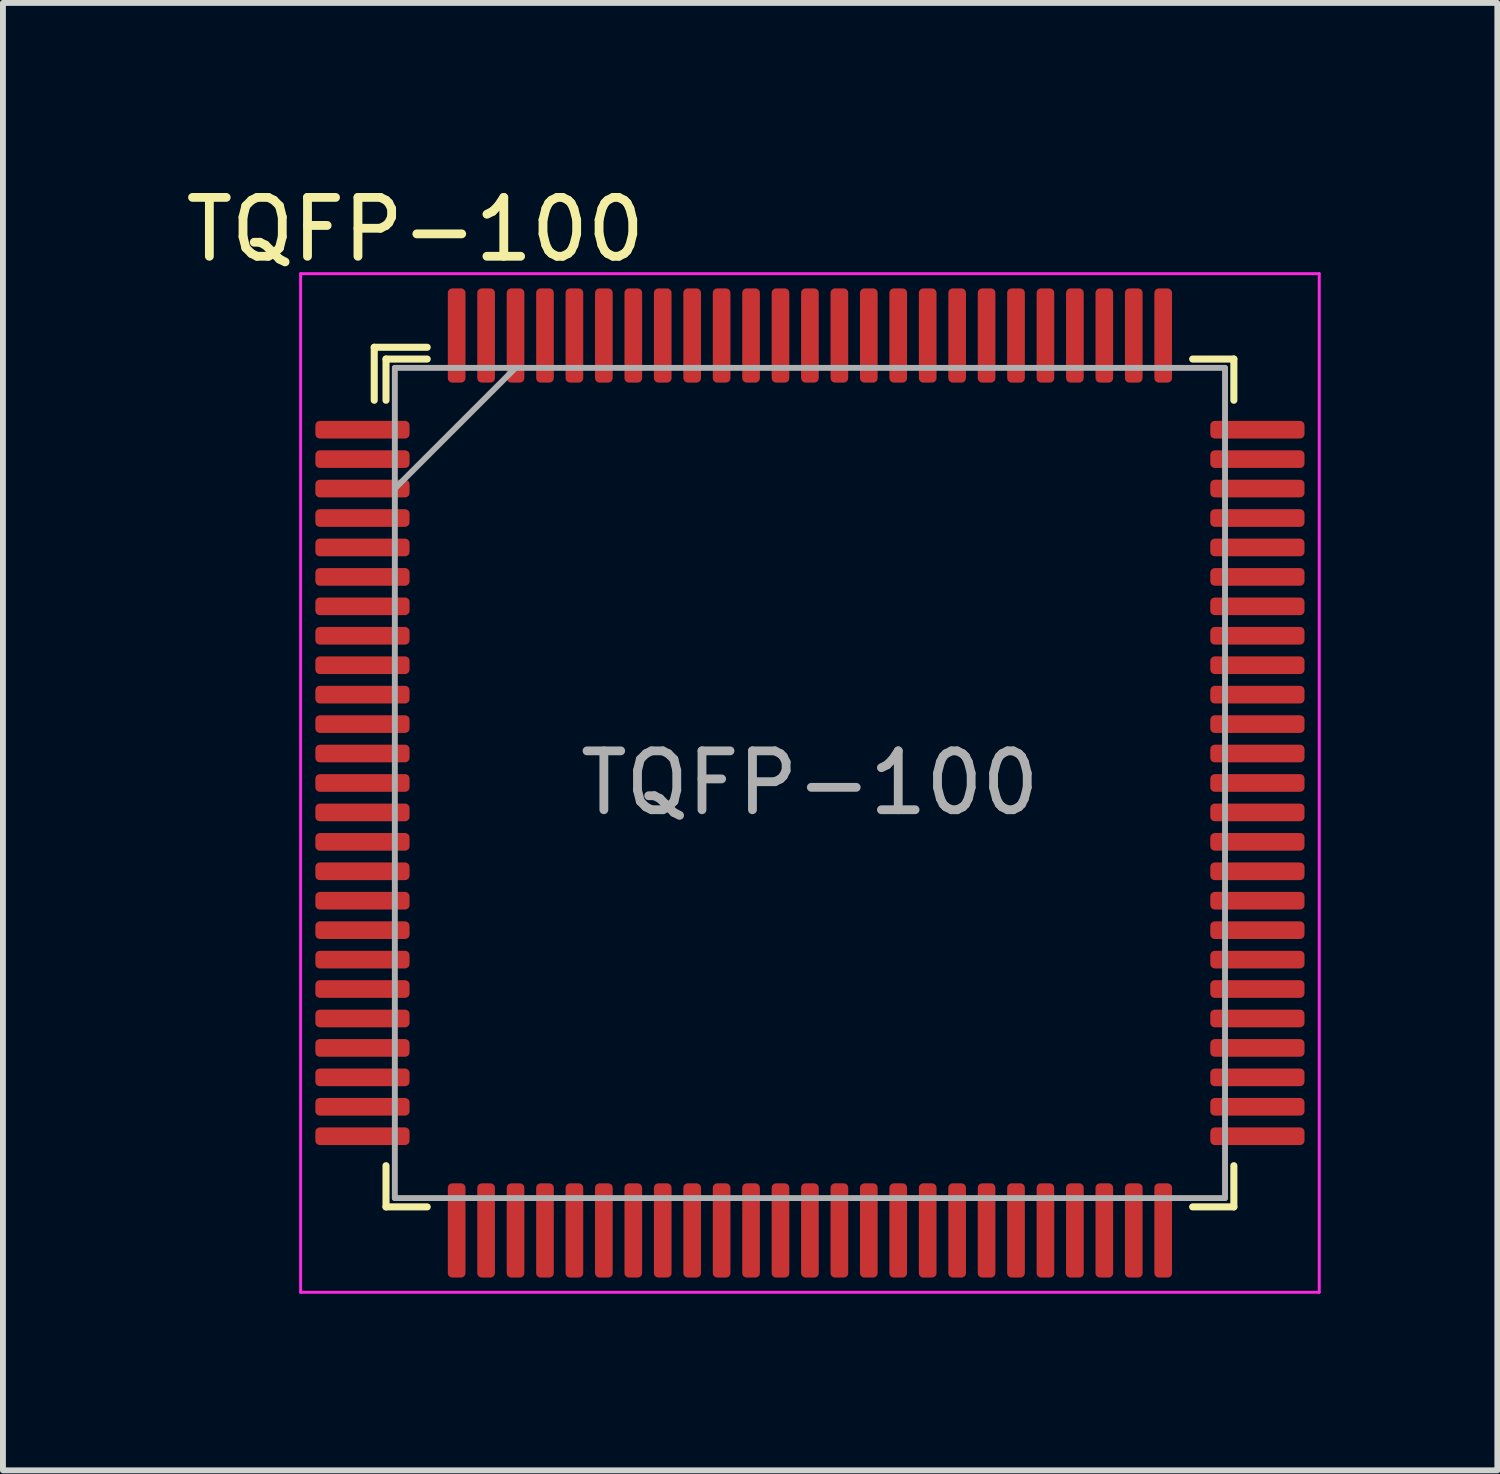
<source format=kicad_pcb>
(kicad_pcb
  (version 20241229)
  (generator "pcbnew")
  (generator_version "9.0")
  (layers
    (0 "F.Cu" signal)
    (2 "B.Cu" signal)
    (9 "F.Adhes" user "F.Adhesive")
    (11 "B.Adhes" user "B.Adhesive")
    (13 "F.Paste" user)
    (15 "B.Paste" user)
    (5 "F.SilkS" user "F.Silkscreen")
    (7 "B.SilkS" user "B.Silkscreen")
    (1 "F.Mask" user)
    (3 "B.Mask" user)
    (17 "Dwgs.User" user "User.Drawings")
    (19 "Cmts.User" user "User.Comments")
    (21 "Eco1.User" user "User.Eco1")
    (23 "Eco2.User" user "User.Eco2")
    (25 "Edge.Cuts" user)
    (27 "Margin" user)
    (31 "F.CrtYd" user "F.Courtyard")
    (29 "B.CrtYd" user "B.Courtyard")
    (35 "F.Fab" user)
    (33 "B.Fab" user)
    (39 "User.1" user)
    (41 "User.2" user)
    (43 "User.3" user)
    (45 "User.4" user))
  (footprint "TQFP-100"
    (layer "F.Cu")
    (at 10.706 10.248)
    (property "Reference" "TQFP-100" (at -6.7 -9.4 0) (layer "F.SilkS") (effects (font (size 1 1) (thickness 0.15))))
    (attr smd)
    (fp_line (start -7.4 -7.4) (end -7.4 -6.5) (stroke (width 0.12) (type solid)) (layer "F.SilkS"))
    (fp_line (start -7.2 -7.2) (end -6.5 -7.2) (stroke (width 0.12) (type solid)) (layer "F.SilkS"))
    (fp_line (start -7.2 -6.5) (end -7.2 -7.2) (stroke (width 0.12) (type solid)) (layer "F.SilkS"))
    (fp_line (start -7.2 7.2) (end -7.2 6.5) (stroke (width 0.12) (type solid)) (layer "F.SilkS"))
    (fp_line (start -6.5 -7.4) (end -7.4 -7.4) (stroke (width 0.12) (type solid)) (layer "F.SilkS"))
    (fp_line (start -6.5 7.2) (end -7.2 7.2) (stroke (width 0.12) (type solid)) (layer "F.SilkS"))
    (fp_line (start 6.5 -7.2) (end 7.2 -7.2) (stroke (width 0.12) (type solid)) (layer "F.SilkS"))
    (fp_line (start 7.2 -7.2) (end 7.2 -6.5) (stroke (width 0.12) (type solid)) (layer "F.SilkS"))
    (fp_line (start 7.2 6.5) (end 7.2 7.2) (stroke (width 0.12) (type solid)) (layer "F.SilkS"))
    (fp_line (start 7.2 7.2) (end 6.5 7.2) (stroke (width 0.12) (type solid)) (layer "F.SilkS"))
    (fp_line (start -8.65 8.65) (end -8.65 -8.65) (stroke (width 0.05) (type solid)) (layer "F.CrtYd"))
    (fp_line (start 8.65 -8.65) (end -8.65 -8.65) (stroke (width 0.05) (type solid)) (layer "F.CrtYd"))
    (fp_line (start 8.65 8.65) (end -8.65 8.65) (stroke (width 0.05) (type solid)) (layer "F.CrtYd"))
    (fp_line (start 8.65 8.65) (end 8.65 -8.65) (stroke (width 0.05) (type solid)) (layer "F.CrtYd"))
    (fp_line (start -7.05 -7.05) (end 7.05 -7.05) (stroke (width 0.1) (type solid)) (layer "F.Fab"))
    (fp_line (start -7.05 7.05) (end -7.05 -7.05) (stroke (width 0.1) (type solid)) (layer "F.Fab"))
    (fp_line (start -7.05 7.05) (end 7.05 7.05) (stroke (width 0.1) (type solid)) (layer "F.Fab"))
    (fp_line (start -5 -7.05) (end -7.05 -5) (stroke (width 0.1) (type solid)) (layer "F.Fab"))
    (fp_line (start 7.05 7.05) (end 7.05 -7.05) (stroke (width 0.1) (type solid)) (layer "F.Fab"))
    (fp_text user "${REFERENCE}" (at 0 0 0) (layer "F.Fab") (effects (font (size 1 1) (thickness 0.15))))
    (pad "1" smd roundrect (at -7.6 -6) (size 1.6 0.3) (layers "F.Cu" "F.Mask" "F.Paste") (roundrect_rratio 0.25))
    (pad "2" smd roundrect (at -7.6 -5.5) (size 1.6 0.3) (layers "F.Cu" "F.Mask" "F.Paste") (roundrect_rratio 0.25))
    (pad "3" smd roundrect (at -7.6 -5) (size 1.6 0.3) (layers "F.Cu" "F.Mask" "F.Paste") (roundrect_rratio 0.25))
    (pad "4" smd roundrect (at -7.6 -4.5) (size 1.6 0.3) (layers "F.Cu" "F.Mask" "F.Paste") (roundrect_rratio 0.25))
    (pad "5" smd roundrect (at -7.6 -4) (size 1.6 0.3) (layers "F.Cu" "F.Mask" "F.Paste") (roundrect_rratio 0.25))
    (pad "6" smd roundrect (at -7.6 -3.5) (size 1.6 0.3) (layers "F.Cu" "F.Mask" "F.Paste") (roundrect_rratio 0.25))
    (pad "7" smd roundrect (at -7.6 -3) (size 1.6 0.3) (layers "F.Cu" "F.Mask" "F.Paste") (roundrect_rratio 0.25))
    (pad "8" smd roundrect (at -7.6 -2.5) (size 1.6 0.3) (layers "F.Cu" "F.Mask" "F.Paste") (roundrect_rratio 0.25))
    (pad "9" smd roundrect (at -7.6 -2) (size 1.6 0.3) (layers "F.Cu" "F.Mask" "F.Paste") (roundrect_rratio 0.25))
    (pad "10" smd roundrect (at -7.6 -1.5) (size 1.6 0.3) (layers "F.Cu" "F.Mask" "F.Paste") (roundrect_rratio 0.25))
    (pad "11" smd roundrect (at -7.6 -1) (size 1.6 0.3) (layers "F.Cu" "F.Mask" "F.Paste") (roundrect_rratio 0.25))
    (pad "12" smd roundrect (at -7.6 -0.5) (size 1.6 0.3) (layers "F.Cu" "F.Mask" "F.Paste") (roundrect_rratio 0.25))
    (pad "13" smd roundrect (at -7.6 0) (size 1.6 0.3) (layers "F.Cu" "F.Mask" "F.Paste") (roundrect_rratio 0.25))
    (pad "14" smd roundrect (at -7.6 0.5) (size 1.6 0.3) (layers "F.Cu" "F.Mask" "F.Paste") (roundrect_rratio 0.25))
    (pad "15" smd roundrect (at -7.6 1) (size 1.6 0.3) (layers "F.Cu" "F.Mask" "F.Paste") (roundrect_rratio 0.25))
    (pad "16" smd roundrect (at -7.6 1.5) (size 1.6 0.3) (layers "F.Cu" "F.Mask" "F.Paste") (roundrect_rratio 0.25))
    (pad "17" smd roundrect (at -7.6 2) (size 1.6 0.3) (layers "F.Cu" "F.Mask" "F.Paste") (roundrect_rratio 0.25))
    (pad "18" smd roundrect (at -7.6 2.5) (size 1.6 0.3) (layers "F.Cu" "F.Mask" "F.Paste") (roundrect_rratio 0.25))
    (pad "19" smd roundrect (at -7.6 3) (size 1.6 0.3) (layers "F.Cu" "F.Mask" "F.Paste") (roundrect_rratio 0.25))
    (pad "20" smd roundrect (at -7.6 3.5) (size 1.6 0.3) (layers "F.Cu" "F.Mask" "F.Paste") (roundrect_rratio 0.25))
    (pad "21" smd roundrect (at -7.6 4) (size 1.6 0.3) (layers "F.Cu" "F.Mask" "F.Paste") (roundrect_rratio 0.25))
    (pad "22" smd roundrect (at -7.6 4.5) (size 1.6 0.3) (layers "F.Cu" "F.Mask" "F.Paste") (roundrect_rratio 0.25))
    (pad "23" smd roundrect (at -7.6 5) (size 1.6 0.3) (layers "F.Cu" "F.Mask" "F.Paste") (roundrect_rratio 0.25))
    (pad "24" smd roundrect (at -7.6 5.5) (size 1.6 0.3) (layers "F.Cu" "F.Mask" "F.Paste") (roundrect_rratio 0.25))
    (pad "25" smd roundrect (at -7.6 6) (size 1.6 0.3) (layers "F.Cu" "F.Mask" "F.Paste") (roundrect_rratio 0.25))
    (pad "26" smd roundrect (at -6 7.6 90) (size 1.6 0.3) (layers "F.Cu" "F.Mask" "F.Paste") (roundrect_rratio 0.25))
    (pad "27" smd roundrect (at -5.5 7.6 90) (size 1.6 0.3) (layers "F.Cu" "F.Mask" "F.Paste") (roundrect_rratio 0.25))
    (pad "28" smd roundrect (at -5 7.6 90) (size 1.6 0.3) (layers "F.Cu" "F.Mask" "F.Paste") (roundrect_rratio 0.25))
    (pad "29" smd roundrect (at -4.5 7.6 90) (size 1.6 0.3) (layers "F.Cu" "F.Mask" "F.Paste") (roundrect_rratio 0.25))
    (pad "30" smd roundrect (at -4 7.6 90) (size 1.6 0.3) (layers "F.Cu" "F.Mask" "F.Paste") (roundrect_rratio 0.25))
    (pad "31" smd roundrect (at -3.5 7.6 90) (size 1.6 0.3) (layers "F.Cu" "F.Mask" "F.Paste") (roundrect_rratio 0.25))
    (pad "32" smd roundrect (at -3 7.6 90) (size 1.6 0.3) (layers "F.Cu" "F.Mask" "F.Paste") (roundrect_rratio 0.25))
    (pad "33" smd roundrect (at -2.5 7.6 90) (size 1.6 0.3) (layers "F.Cu" "F.Mask" "F.Paste") (roundrect_rratio 0.25))
    (pad "34" smd roundrect (at -2 7.6 90) (size 1.6 0.3) (layers "F.Cu" "F.Mask" "F.Paste") (roundrect_rratio 0.25))
    (pad "35" smd roundrect (at -1.5 7.6 90) (size 1.6 0.3) (layers "F.Cu" "F.Mask" "F.Paste") (roundrect_rratio 0.25))
    (pad "36" smd roundrect (at -1 7.6 90) (size 1.6 0.3) (layers "F.Cu" "F.Mask" "F.Paste") (roundrect_rratio 0.25))
    (pad "37" smd roundrect (at -0.5 7.6 90) (size 1.6 0.3) (layers "F.Cu" "F.Mask" "F.Paste") (roundrect_rratio 0.25))
    (pad "38" smd roundrect (at 0 7.6 90) (size 1.6 0.3) (layers "F.Cu" "F.Mask" "F.Paste") (roundrect_rratio 0.25))
    (pad "39" smd roundrect (at 0.5 7.6 90) (size 1.6 0.3) (layers "F.Cu" "F.Mask" "F.Paste") (roundrect_rratio 0.25))
    (pad "40" smd roundrect (at 1 7.6 90) (size 1.6 0.3) (layers "F.Cu" "F.Mask" "F.Paste") (roundrect_rratio 0.25))
    (pad "41" smd roundrect (at 1.5 7.6 90) (size 1.6 0.3) (layers "F.Cu" "F.Mask" "F.Paste") (roundrect_rratio 0.25))
    (pad "42" smd roundrect (at 2 7.6 90) (size 1.6 0.3) (layers "F.Cu" "F.Mask" "F.Paste") (roundrect_rratio 0.25))
    (pad "43" smd roundrect (at 2.5 7.6 90) (size 1.6 0.3) (layers "F.Cu" "F.Mask" "F.Paste") (roundrect_rratio 0.25))
    (pad "44" smd roundrect (at 3 7.6 90) (size 1.6 0.3) (layers "F.Cu" "F.Mask" "F.Paste") (roundrect_rratio 0.25))
    (pad "45" smd roundrect (at 3.5 7.6 90) (size 1.6 0.3) (layers "F.Cu" "F.Mask" "F.Paste") (roundrect_rratio 0.25))
    (pad "46" smd roundrect (at 4 7.6 90) (size 1.6 0.3) (layers "F.Cu" "F.Mask" "F.Paste") (roundrect_rratio 0.25))
    (pad "47" smd roundrect (at 4.5 7.6 90) (size 1.6 0.3) (layers "F.Cu" "F.Mask" "F.Paste") (roundrect_rratio 0.25))
    (pad "48" smd roundrect (at 5 7.6 90) (size 1.6 0.3) (layers "F.Cu" "F.Mask" "F.Paste") (roundrect_rratio 0.25))
    (pad "49" smd roundrect (at 5.5 7.6 90) (size 1.6 0.3) (layers "F.Cu" "F.Mask" "F.Paste") (roundrect_rratio 0.25))
    (pad "50" smd roundrect (at 6 7.6 90) (size 1.6 0.3) (layers "F.Cu" "F.Mask" "F.Paste") (roundrect_rratio 0.25))
    (pad "51" smd roundrect (at 7.6 6) (size 1.6 0.3) (layers "F.Cu" "F.Mask" "F.Paste") (roundrect_rratio 0.25))
    (pad "52" smd roundrect (at 7.6 5.5) (size 1.6 0.3) (layers "F.Cu" "F.Mask" "F.Paste") (roundrect_rratio 0.25))
    (pad "53" smd roundrect (at 7.6 5) (size 1.6 0.3) (layers "F.Cu" "F.Mask" "F.Paste") (roundrect_rratio 0.25))
    (pad "54" smd roundrect (at 7.6 4.5) (size 1.6 0.3) (layers "F.Cu" "F.Mask" "F.Paste") (roundrect_rratio 0.25))
    (pad "55" smd roundrect (at 7.6 4) (size 1.6 0.3) (layers "F.Cu" "F.Mask" "F.Paste") (roundrect_rratio 0.25))
    (pad "56" smd roundrect (at 7.6 3.5) (size 1.6 0.3) (layers "F.Cu" "F.Mask" "F.Paste") (roundrect_rratio 0.25))
    (pad "57" smd roundrect (at 7.6 3) (size 1.6 0.3) (layers "F.Cu" "F.Mask" "F.Paste") (roundrect_rratio 0.25))
    (pad "58" smd roundrect (at 7.6 2.5) (size 1.6 0.3) (layers "F.Cu" "F.Mask" "F.Paste") (roundrect_rratio 0.25))
    (pad "59" smd roundrect (at 7.6 2) (size 1.6 0.3) (layers "F.Cu" "F.Mask" "F.Paste") (roundrect_rratio 0.25))
    (pad "60" smd roundrect (at 7.6 1.5) (size 1.6 0.3) (layers "F.Cu" "F.Mask" "F.Paste") (roundrect_rratio 0.25))
    (pad "61" smd roundrect (at 7.6 1) (size 1.6 0.3) (layers "F.Cu" "F.Mask" "F.Paste") (roundrect_rratio 0.25))
    (pad "62" smd roundrect (at 7.6 0.5) (size 1.6 0.3) (layers "F.Cu" "F.Mask" "F.Paste") (roundrect_rratio 0.25))
    (pad "63" smd roundrect (at 7.6 0) (size 1.6 0.3) (layers "F.Cu" "F.Mask" "F.Paste") (roundrect_rratio 0.25))
    (pad "64" smd roundrect (at 7.6 -0.5) (size 1.6 0.3) (layers "F.Cu" "F.Mask" "F.Paste") (roundrect_rratio 0.25))
    (pad "65" smd roundrect (at 7.6 -1) (size 1.6 0.3) (layers "F.Cu" "F.Mask" "F.Paste") (roundrect_rratio 0.25))
    (pad "66" smd roundrect (at 7.6 -1.5) (size 1.6 0.3) (layers "F.Cu" "F.Mask" "F.Paste") (roundrect_rratio 0.25))
    (pad "67" smd roundrect (at 7.6 -2) (size 1.6 0.3) (layers "F.Cu" "F.Mask" "F.Paste") (roundrect_rratio 0.25))
    (pad "68" smd roundrect (at 7.6 -2.5) (size 1.6 0.3) (layers "F.Cu" "F.Mask" "F.Paste") (roundrect_rratio 0.25))
    (pad "69" smd roundrect (at 7.6 -3) (size 1.6 0.3) (layers "F.Cu" "F.Mask" "F.Paste") (roundrect_rratio 0.25))
    (pad "70" smd roundrect (at 7.6 -3.5) (size 1.6 0.3) (layers "F.Cu" "F.Mask" "F.Paste") (roundrect_rratio 0.25))
    (pad "71" smd roundrect (at 7.6 -4) (size 1.6 0.3) (layers "F.Cu" "F.Mask" "F.Paste") (roundrect_rratio 0.25))
    (pad "72" smd roundrect (at 7.6 -4.5) (size 1.6 0.3) (layers "F.Cu" "F.Mask" "F.Paste") (roundrect_rratio 0.25))
    (pad "73" smd roundrect (at 7.6 -5) (size 1.6 0.3) (layers "F.Cu" "F.Mask" "F.Paste") (roundrect_rratio 0.25))
    (pad "74" smd roundrect (at 7.6 -5.5) (size 1.6 0.3) (layers "F.Cu" "F.Mask" "F.Paste") (roundrect_rratio 0.25))
    (pad "75" smd roundrect (at 7.6 -6) (size 1.6 0.3) (layers "F.Cu" "F.Mask" "F.Paste") (roundrect_rratio 0.25))
    (pad "76" smd roundrect (at 6 -7.6 90) (size 1.6 0.3) (layers "F.Cu" "F.Mask" "F.Paste") (roundrect_rratio 0.25))
    (pad "77" smd roundrect (at 5.5 -7.6 90) (size 1.6 0.3) (layers "F.Cu" "F.Mask" "F.Paste") (roundrect_rratio 0.25))
    (pad "78" smd roundrect (at 5 -7.6 90) (size 1.6 0.3) (layers "F.Cu" "F.Mask" "F.Paste") (roundrect_rratio 0.25))
    (pad "79" smd roundrect (at 4.5 -7.6 90) (size 1.6 0.3) (layers "F.Cu" "F.Mask" "F.Paste") (roundrect_rratio 0.25))
    (pad "80" smd roundrect (at 4 -7.6 90) (size 1.6 0.3) (layers "F.Cu" "F.Mask" "F.Paste") (roundrect_rratio 0.25))
    (pad "81" smd roundrect (at 3.5 -7.6 90) (size 1.6 0.3) (layers "F.Cu" "F.Mask" "F.Paste") (roundrect_rratio 0.25))
    (pad "82" smd roundrect (at 3 -7.6 90) (size 1.6 0.3) (layers "F.Cu" "F.Mask" "F.Paste") (roundrect_rratio 0.25))
    (pad "83" smd roundrect (at 2.5 -7.6 90) (size 1.6 0.3) (layers "F.Cu" "F.Mask" "F.Paste") (roundrect_rratio 0.25))
    (pad "84" smd roundrect (at 2 -7.6 90) (size 1.6 0.3) (layers "F.Cu" "F.Mask" "F.Paste") (roundrect_rratio 0.25))
    (pad "85" smd roundrect (at 1.5 -7.6 90) (size 1.6 0.3) (layers "F.Cu" "F.Mask" "F.Paste") (roundrect_rratio 0.25))
    (pad "86" smd roundrect (at 1 -7.6 90) (size 1.6 0.3) (layers "F.Cu" "F.Mask" "F.Paste") (roundrect_rratio 0.25))
    (pad "87" smd roundrect (at 0.5 -7.6 90) (size 1.6 0.3) (layers "F.Cu" "F.Mask" "F.Paste") (roundrect_rratio 0.25))
    (pad "88" smd roundrect (at 0 -7.6 90) (size 1.6 0.3) (layers "F.Cu" "F.Mask" "F.Paste") (roundrect_rratio 0.25))
    (pad "89" smd roundrect (at -0.5 -7.6 90) (size 1.6 0.3) (layers "F.Cu" "F.Mask" "F.Paste") (roundrect_rratio 0.25))
    (pad "90" smd roundrect (at -1 -7.6 90) (size 1.6 0.3) (layers "F.Cu" "F.Mask" "F.Paste") (roundrect_rratio 0.25))
    (pad "91" smd roundrect (at -1.5 -7.6 90) (size 1.6 0.3) (layers "F.Cu" "F.Mask" "F.Paste") (roundrect_rratio 0.25))
    (pad "92" smd roundrect (at -2 -7.6 90) (size 1.6 0.3) (layers "F.Cu" "F.Mask" "F.Paste") (roundrect_rratio 0.25))
    (pad "93" smd roundrect (at -2.5 -7.6 90) (size 1.6 0.3) (layers "F.Cu" "F.Mask" "F.Paste") (roundrect_rratio 0.25))
    (pad "94" smd roundrect (at -3 -7.6 90) (size 1.6 0.3) (layers "F.Cu" "F.Mask" "F.Paste") (roundrect_rratio 0.25))
    (pad "95" smd roundrect (at -3.5 -7.6 90) (size 1.6 0.3) (layers "F.Cu" "F.Mask" "F.Paste") (roundrect_rratio 0.25))
    (pad "96" smd roundrect (at -4 -7.6 90) (size 1.6 0.3) (layers "F.Cu" "F.Mask" "F.Paste") (roundrect_rratio 0.25))
    (pad "97" smd roundrect (at -4.5 -7.6 90) (size 1.6 0.3) (layers "F.Cu" "F.Mask" "F.Paste") (roundrect_rratio 0.25))
    (pad "98" smd roundrect (at -5 -7.6 90) (size 1.6 0.3) (layers "F.Cu" "F.Mask" "F.Paste") (roundrect_rratio 0.25))
    (pad "99" smd roundrect (at -5.5 -7.6 90) (size 1.6 0.3) (layers "F.Cu" "F.Mask" "F.Paste") (roundrect_rratio 0.25))
    (pad "100" smd roundrect (at -6 -7.6 90) (size 1.6 0.3) (layers "F.Cu" "F.Mask" "F.Paste") (roundrect_rratio 0.25)))
  (gr_rect
    (start -3 -3)
    (end 22.381 21.923)
    (stroke (width 0.1) (type default))
    (fill no)
    (layer "Edge.Cuts")))
</source>
